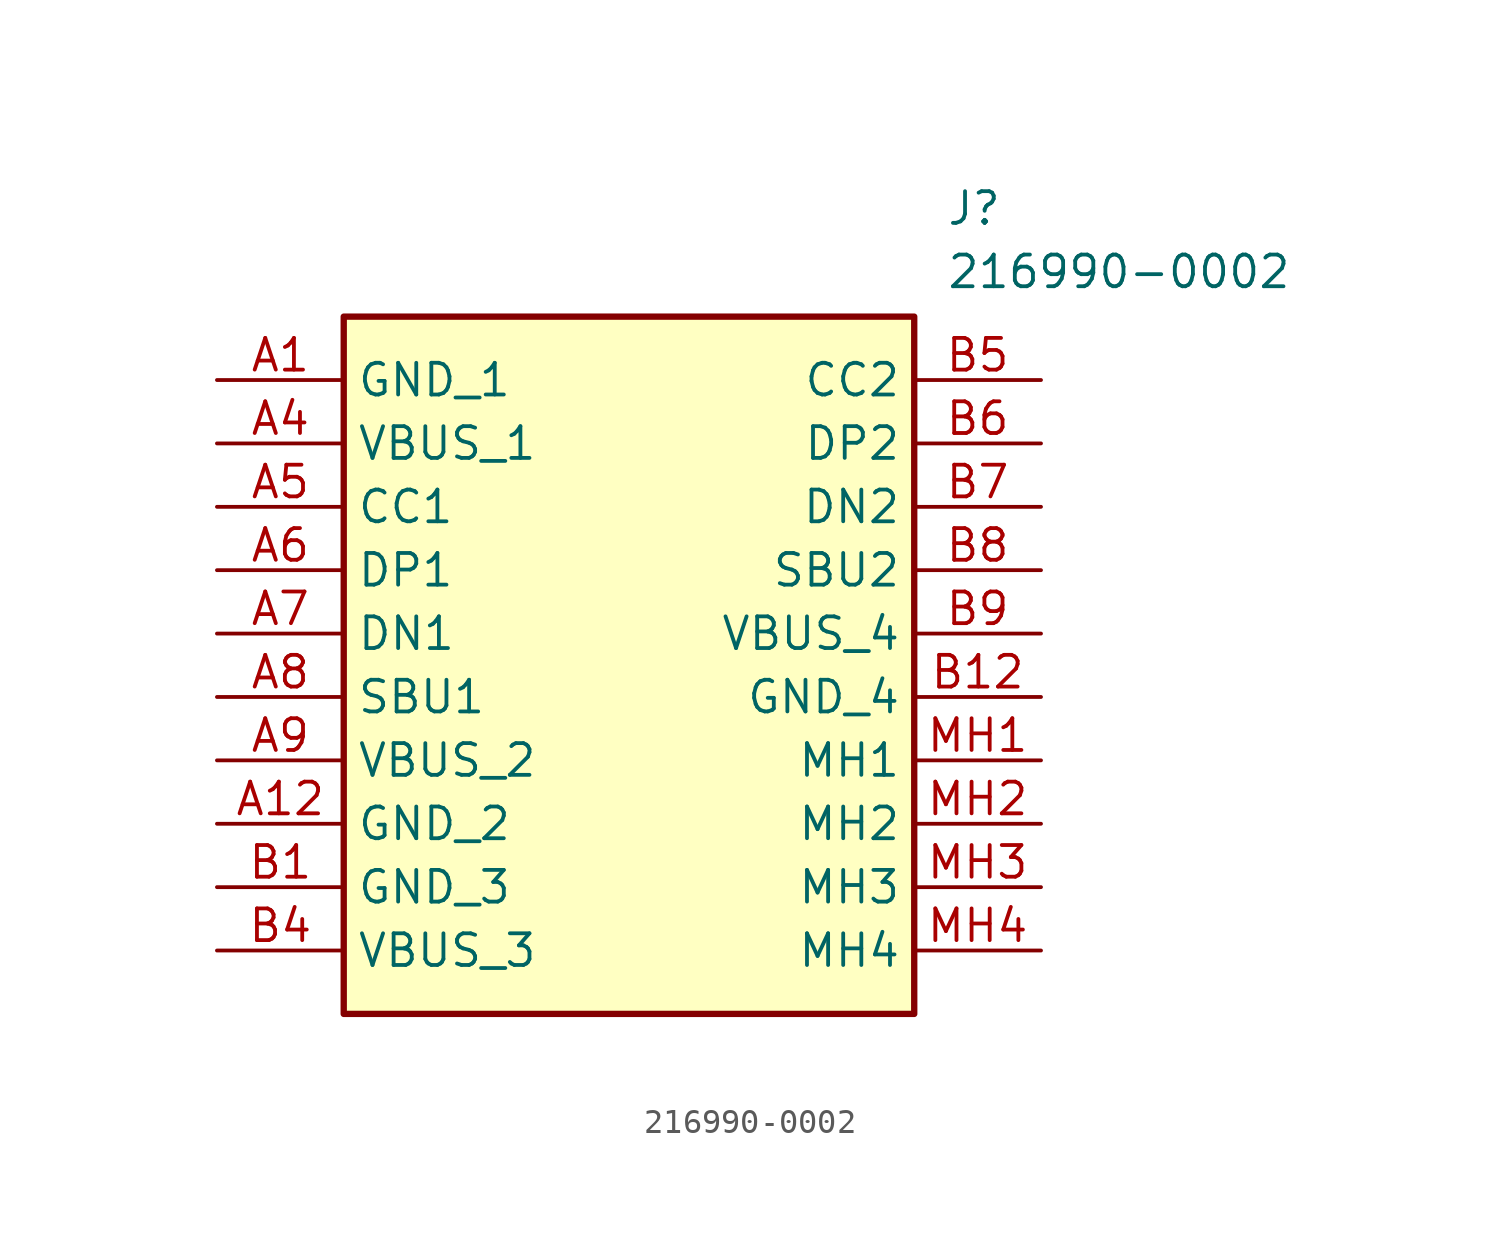
<source format=kicad_sym>
(kicad_symbol_lib
  (version 20211014)
  (generator SamacSys_ECAD_Model)
  (symbol "216990-0002"
    (property "Reference" "J"
      (at 29.21 7.62 0)
      (effects (font (size 1.27 1.27)) (justify left top)))
    (property "Value" "216990-0002"
      (at 29.21 5.08 0)
      (effects (font (size 1.27 1.27)) (justify left top)))
    (rectangle
      (start 5.08 2.54)
      (end 27.94 -25.4)
      (stroke (width 0.254) (type default))
      (fill (type background)))
    (pin passive line
      (at 0 0 0)
      (length 5.08)
      (name "GND_1" (effects (font (size 1.27 1.27))))
      (number "A1" (effects (font (size 1.27 1.27)))))
    (pin passive line
      (at 0 -2.54 0)
      (length 5.08)
      (name "VBUS_1" (effects (font (size 1.27 1.27))))
      (number "A4" (effects (font (size 1.27 1.27)))))
    (pin passive line
      (at 0 -5.08 0)
      (length 5.08)
      (name "CC1" (effects (font (size 1.27 1.27))))
      (number "A5" (effects (font (size 1.27 1.27)))))
    (pin passive line
      (at 0 -7.62 0)
      (length 5.08)
      (name "DP1" (effects (font (size 1.27 1.27))))
      (number "A6" (effects (font (size 1.27 1.27)))))
    (pin passive line
      (at 0 -10.16 0)
      (length 5.08)
      (name "DN1" (effects (font (size 1.27 1.27))))
      (number "A7" (effects (font (size 1.27 1.27)))))
    (pin passive line
      (at 0 -12.7 0)
      (length 5.08)
      (name "SBU1" (effects (font (size 1.27 1.27))))
      (number "A8" (effects (font (size 1.27 1.27)))))
    (pin passive line
      (at 0 -15.24 0)
      (length 5.08)
      (name "VBUS_2" (effects (font (size 1.27 1.27))))
      (number "A9" (effects (font (size 1.27 1.27)))))
    (pin passive line
      (at 0 -17.78 0)
      (length 5.08)
      (name "GND_2" (effects (font (size 1.27 1.27))))
      (number "A12" (effects (font (size 1.27 1.27)))))
    (pin passive line
      (at 0 -20.32 0)
      (length 5.08)
      (name "GND_3" (effects (font (size 1.27 1.27))))
      (number "B1" (effects (font (size 1.27 1.27)))))
    (pin passive line
      (at 0 -22.86 0)
      (length 5.08)
      (name "VBUS_3" (effects (font (size 1.27 1.27))))
      (number "B4" (effects (font (size 1.27 1.27)))))
    (pin passive line
      (at 33.02 0 180)
      (length 5.08)
      (name "CC2" (effects (font (size 1.27 1.27))))
      (number "B5" (effects (font (size 1.27 1.27)))))
    (pin passive line
      (at 33.02 -2.54 180)
      (length 5.08)
      (name "DP2" (effects (font (size 1.27 1.27))))
      (number "B6" (effects (font (size 1.27 1.27)))))
    (pin passive line
      (at 33.02 -5.08 180)
      (length 5.08)
      (name "DN2" (effects (font (size 1.27 1.27))))
      (number "B7" (effects (font (size 1.27 1.27)))))
    (pin passive line
      (at 33.02 -7.62 180)
      (length 5.08)
      (name "SBU2" (effects (font (size 1.27 1.27))))
      (number "B8" (effects (font (size 1.27 1.27)))))
    (pin passive line
      (at 33.02 -10.16 180)
      (length 5.08)
      (name "VBUS_4" (effects (font (size 1.27 1.27))))
      (number "B9" (effects (font (size 1.27 1.27)))))
    (pin passive line
      (at 33.02 -12.7 180)
      (length 5.08)
      (name "GND_4" (effects (font (size 1.27 1.27))))
      (number "B12" (effects (font (size 1.27 1.27)))))
    (pin passive line
      (at 33.02 -15.24 180)
      (length 5.08)
      (name "MH1" (effects (font (size 1.27 1.27))))
      (number "MH1" (effects (font (size 1.27 1.27)))))
    (pin passive line
      (at 33.02 -17.78 180)
      (length 5.08)
      (name "MH2" (effects (font (size 1.27 1.27))))
      (number "MH2" (effects (font (size 1.27 1.27)))))
    (pin passive line
      (at 33.02 -20.32 180)
      (length 5.08)
      (name "MH3" (effects (font (size 1.27 1.27))))
      (number "MH3" (effects (font (size 1.27 1.27)))))
    (pin passive line
      (at 33.02 -22.86 180)
      (length 5.08)
      (name "MH4" (effects (font (size 1.27 1.27))))
      (number "MH4" (effects (font (size 1.27 1.27)))))))
</source>
